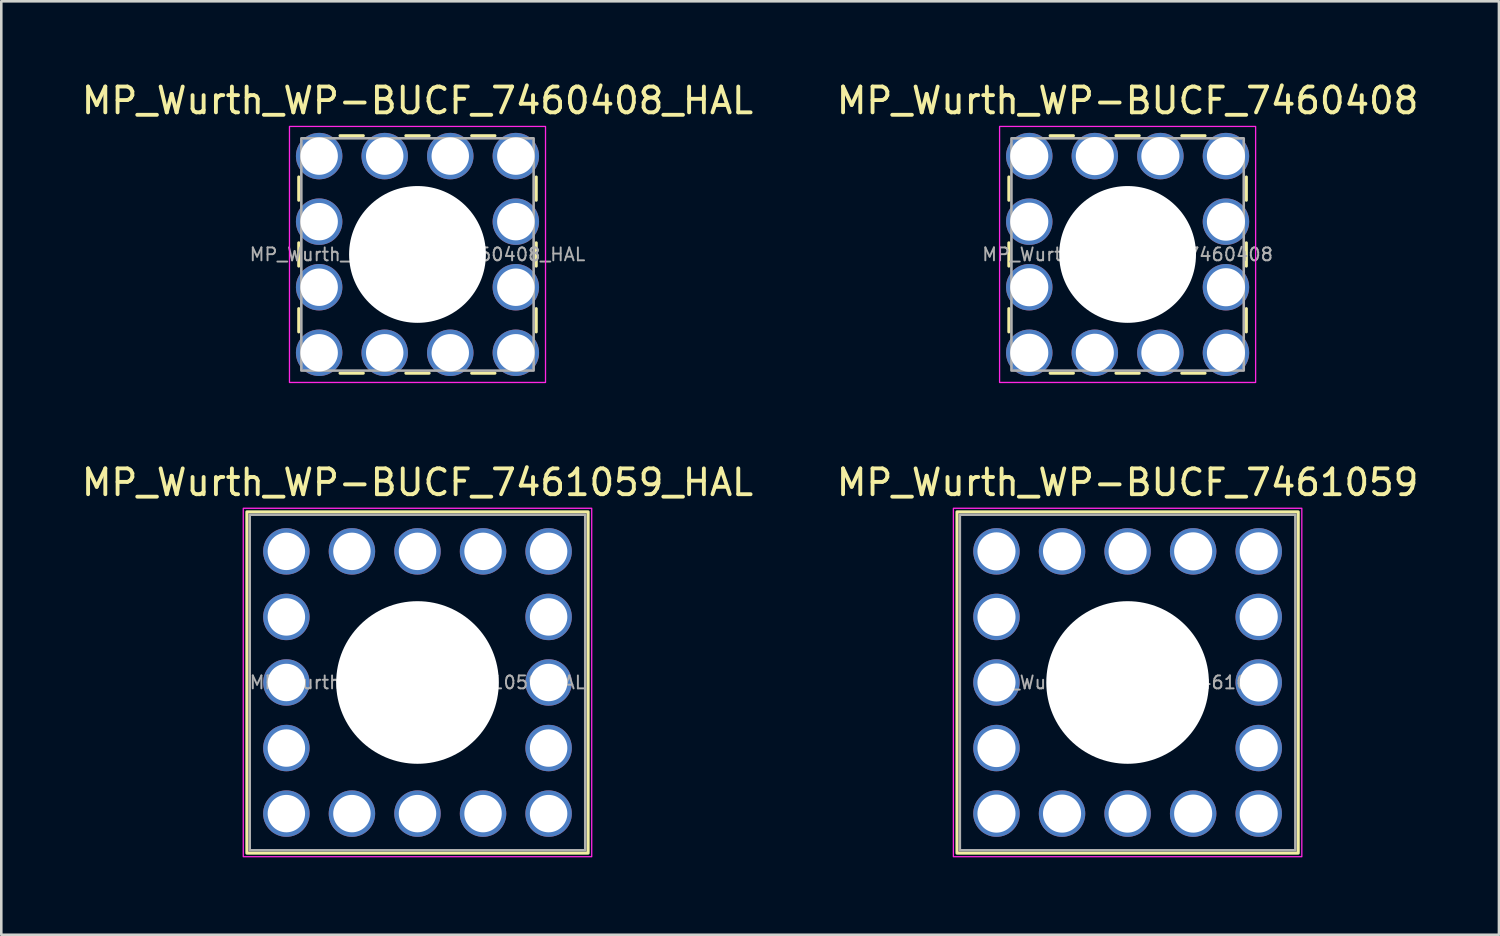
<source format=kicad_pcb>
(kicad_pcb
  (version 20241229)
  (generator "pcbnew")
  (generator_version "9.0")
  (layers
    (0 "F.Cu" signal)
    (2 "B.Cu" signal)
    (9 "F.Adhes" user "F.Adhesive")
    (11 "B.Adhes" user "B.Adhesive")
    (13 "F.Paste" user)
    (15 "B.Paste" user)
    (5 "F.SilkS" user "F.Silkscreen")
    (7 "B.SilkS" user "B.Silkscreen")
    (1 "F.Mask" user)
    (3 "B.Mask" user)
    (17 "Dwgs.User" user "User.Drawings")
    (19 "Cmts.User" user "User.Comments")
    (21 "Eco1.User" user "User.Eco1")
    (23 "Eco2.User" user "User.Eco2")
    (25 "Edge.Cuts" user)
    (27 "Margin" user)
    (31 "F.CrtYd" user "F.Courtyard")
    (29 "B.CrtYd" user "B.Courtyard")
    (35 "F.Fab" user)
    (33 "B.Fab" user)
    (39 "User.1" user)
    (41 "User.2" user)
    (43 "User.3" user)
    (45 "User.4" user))
  (footprint "MP_Wurth_WP-BUCF_7460408"
    (layer "F.Cu")
    (at 40.637 6.808)
    (property "Reference" "MP_Wurth_WP-BUCF_7460408" (at 0 -5.96 0) (unlocked yes) (layer "F.SilkS") (effects (font (size 1 1) (thickness 0.15))))
    (attr through_hole)
    (fp_line (start -4.6 -2.1) (end -4.6 -3) (stroke (width 0.12) (type solid)) (layer "F.SilkS"))
    (fp_line (start -4.6 0.45) (end -4.6 -0.45) (stroke (width 0.12) (type solid)) (layer "F.SilkS"))
    (fp_line (start -4.6 3) (end -4.6 2.1) (stroke (width 0.12) (type solid)) (layer "F.SilkS"))
    (fp_line (start -3 -4.6) (end -2.1 -4.6) (stroke (width 0.12) (type solid)) (layer "F.SilkS"))
    (fp_line (start -2.1 4.6) (end -3 4.6) (stroke (width 0.12) (type solid)) (layer "F.SilkS"))
    (fp_line (start -0.45 -4.6) (end 0.45 -4.6) (stroke (width 0.12) (type solid)) (layer "F.SilkS"))
    (fp_line (start 0.45 4.6) (end -0.45 4.6) (stroke (width 0.12) (type solid)) (layer "F.SilkS"))
    (fp_line (start 2.1 -4.6) (end 3 -4.6) (stroke (width 0.12) (type solid)) (layer "F.SilkS"))
    (fp_line (start 3 4.6) (end 2.1 4.6) (stroke (width 0.12) (type solid)) (layer "F.SilkS"))
    (fp_line (start 4.6 -3) (end 4.6 -2.1) (stroke (width 0.12) (type solid)) (layer "F.SilkS"))
    (fp_line (start 4.6 -0.45) (end 4.6 0.45) (stroke (width 0.12) (type solid)) (layer "F.SilkS"))
    (fp_line (start 4.6 2.1) (end 4.6 3) (stroke (width 0.12) (type solid)) (layer "F.SilkS"))
    (fp_rect (start -4.96 -4.96) (end 4.96 4.96) (stroke (width 0.05) (type solid)) (fill no) (layer "F.CrtYd"))
    (fp_rect (start -4.5 -4.5) (end 4.5 4.5) (stroke (width 0.1) (type solid)) (fill no) (layer "F.Fab"))
    (fp_text user "${REFERENCE}" (at 0 0 0) (unlocked yes) (layer "F.Fab") (effects (font (size 0.5 0.5) (thickness 0.075))))
    (pad "" np_thru_hole circle (at 0 0) (size 5.3 5.3) (drill 5.3) (layers "*.Cu" "*.Mask"))
    (pad "1" thru_hole circle (at -3.81 -3.81) (size 1.8 1.8) (drill 1.475) (layers "*.Cu" "*.Mask"))
    (pad "1" thru_hole circle (at -3.81 -1.27) (size 1.8 1.8) (drill 1.475) (layers "*.Cu" "*.Mask"))
    (pad "1" thru_hole circle (at -3.81 1.27) (size 1.8 1.8) (drill 1.475) (layers "*.Cu" "*.Mask"))
    (pad "1" thru_hole circle (at -3.81 3.81) (size 1.8 1.8) (drill 1.475) (layers "*.Cu" "*.Mask"))
    (pad "1" thru_hole circle (at -1.27 -3.81) (size 1.8 1.8) (drill 1.475) (layers "*.Cu" "*.Mask"))
    (pad "1" thru_hole circle (at -1.27 3.81) (size 1.8 1.8) (drill 1.475) (layers "*.Cu" "*.Mask"))
    (pad "1" thru_hole circle (at 1.27 -3.81) (size 1.8 1.8) (drill 1.475) (layers "*.Cu" "*.Mask"))
    (pad "1" thru_hole circle (at 1.27 3.81) (size 1.8 1.8) (drill 1.475) (layers "*.Cu" "*.Mask"))
    (pad "1" thru_hole circle (at 3.81 -3.81) (size 1.8 1.8) (drill 1.475) (layers "*.Cu" "*.Mask"))
    (pad "1" thru_hole circle (at 3.81 -1.27) (size 1.8 1.8) (drill 1.475) (layers "*.Cu" "*.Mask"))
    (pad "1" thru_hole circle (at 3.81 1.27) (size 1.8 1.8) (drill 1.475) (layers "*.Cu" "*.Mask"))
    (pad "1" thru_hole circle (at 3.81 3.81) (size 1.8 1.8) (drill 1.475) (layers "*.Cu" "*.Mask")))
  (footprint "MP_Wurth_WP-BUCF_7461059"
    (layer "F.Cu")
    (at 40.637 23.392)
    (property "Reference" "MP_Wurth_WP-BUCF_7461059" (at 0 -7.75 0) (unlocked yes) (layer "F.SilkS") (effects (font (size 1 1) (thickness 0.15))))
    (attr through_hole)
    (fp_rect (start -6.61 -6.61) (end 6.61 6.61) (stroke (width 0.12) (type solid)) (fill no) (layer "F.SilkS"))
    (fp_rect (start -6.75 -6.75) (end 6.75 6.75) (stroke (width 0.05) (type solid)) (fill no) (layer "F.CrtYd"))
    (fp_rect (start -6.5 -6.5) (end 6.5 6.5) (stroke (width 0.1) (type solid)) (fill no) (layer "F.Fab"))
    (fp_text user "${REFERENCE}" (at 0 0 0) (unlocked yes) (layer "F.Fab") (effects (font (size 0.5 0.5) (thickness 0.075))))
    (pad "" np_thru_hole circle (at 0 0) (size 6.3 6.3) (drill 6.3) (layers "*.Cu" "*.Mask"))
    (pad "1" thru_hole circle (at -5.08 -5.08) (size 1.8 1.8) (drill 1.475) (layers "*.Cu" "*.Mask"))
    (pad "1" thru_hole circle (at -5.08 -2.54) (size 1.8 1.8) (drill 1.475) (layers "*.Cu" "*.Mask"))
    (pad "1" thru_hole circle (at -5.08 0) (size 1.8 1.8) (drill 1.475) (layers "*.Cu" "*.Mask"))
    (pad "1" thru_hole circle (at -5.08 2.54) (size 1.8 1.8) (drill 1.475) (layers "*.Cu" "*.Mask"))
    (pad "1" thru_hole circle (at -5.08 5.08) (size 1.8 1.8) (drill 1.475) (layers "*.Cu" "*.Mask"))
    (pad "1" thru_hole circle (at -2.54 -5.08) (size 1.8 1.8) (drill 1.475) (layers "*.Cu" "*.Mask"))
    (pad "1" thru_hole circle (at -2.54 5.08) (size 1.8 1.8) (drill 1.475) (layers "*.Cu" "*.Mask"))
    (pad "1" thru_hole circle (at 0 -5.08) (size 1.8 1.8) (drill 1.475) (layers "*.Cu" "*.Mask"))
    (pad "1" thru_hole circle (at 0 5.08) (size 1.8 1.8) (drill 1.475) (layers "*.Cu" "*.Mask"))
    (pad "1" thru_hole circle (at 2.54 -5.08) (size 1.8 1.8) (drill 1.475) (layers "*.Cu" "*.Mask"))
    (pad "1" thru_hole circle (at 2.54 5.08) (size 1.8 1.8) (drill 1.475) (layers "*.Cu" "*.Mask"))
    (pad "1" thru_hole circle (at 5.08 -5.08) (size 1.8 1.8) (drill 1.475) (layers "*.Cu" "*.Mask"))
    (pad "1" thru_hole circle (at 5.08 -2.54) (size 1.8 1.8) (drill 1.475) (layers "*.Cu" "*.Mask"))
    (pad "1" thru_hole circle (at 5.08 0) (size 1.8 1.8) (drill 1.475) (layers "*.Cu" "*.Mask"))
    (pad "1" thru_hole circle (at 5.08 2.54) (size 1.8 1.8) (drill 1.475) (layers "*.Cu" "*.Mask"))
    (pad "1" thru_hole circle (at 5.08 5.08) (size 1.8 1.8) (drill 1.475) (layers "*.Cu" "*.Mask")))
  (footprint "MP_Wurth_WP-BUCF_7460408_HAL"
    (layer "F.Cu")
    (at 13.125 6.808)
    (property "Reference" "MP_Wurth_WP-BUCF_7460408_HAL" (at 0 -5.96 0) (unlocked yes) (layer "F.SilkS") (effects (font (size 1 1) (thickness 0.15))))
    (attr through_hole)
    (fp_line (start -4.6 -2.1) (end -4.6 -3) (stroke (width 0.12) (type solid)) (layer "F.SilkS"))
    (fp_line (start -4.6 0.45) (end -4.6 -0.45) (stroke (width 0.12) (type solid)) (layer "F.SilkS"))
    (fp_line (start -4.6 3) (end -4.6 2.1) (stroke (width 0.12) (type solid)) (layer "F.SilkS"))
    (fp_line (start -3 -4.6) (end -2.1 -4.6) (stroke (width 0.12) (type solid)) (layer "F.SilkS"))
    (fp_line (start -2.1 4.6) (end -3 4.6) (stroke (width 0.12) (type solid)) (layer "F.SilkS"))
    (fp_line (start -0.45 -4.6) (end 0.45 -4.6) (stroke (width 0.12) (type solid)) (layer "F.SilkS"))
    (fp_line (start 0.45 4.6) (end -0.45 4.6) (stroke (width 0.12) (type solid)) (layer "F.SilkS"))
    (fp_line (start 2.1 -4.6) (end 3 -4.6) (stroke (width 0.12) (type solid)) (layer "F.SilkS"))
    (fp_line (start 3 4.6) (end 2.1 4.6) (stroke (width 0.12) (type solid)) (layer "F.SilkS"))
    (fp_line (start 4.6 -3) (end 4.6 -2.1) (stroke (width 0.12) (type solid)) (layer "F.SilkS"))
    (fp_line (start 4.6 -0.45) (end 4.6 0.45) (stroke (width 0.12) (type solid)) (layer "F.SilkS"))
    (fp_line (start 4.6 2.1) (end 4.6 3) (stroke (width 0.12) (type solid)) (layer "F.SilkS"))
    (fp_rect (start -4.96 -4.96) (end 4.96 4.96) (stroke (width 0.05) (type solid)) (fill no) (layer "F.CrtYd"))
    (fp_rect (start -4.5 -4.5) (end 4.5 4.5) (stroke (width 0.1) (type solid)) (fill no) (layer "F.Fab"))
    (fp_text user "${REFERENCE}" (at 0 0 0) (unlocked yes) (layer "F.Fab") (effects (font (size 0.5 0.5) (thickness 0.075))))
    (pad "" np_thru_hole circle (at 0 0) (size 5.3 5.3) (drill 5.3) (layers "*.Cu" "*.Mask"))
    (pad "1" thru_hole circle (at -3.81 -3.81) (size 1.8 1.8) (drill 1.45) (layers "*.Cu" "*.Mask"))
    (pad "1" thru_hole circle (at -3.81 -1.27) (size 1.8 1.8) (drill 1.45) (layers "*.Cu" "*.Mask"))
    (pad "1" thru_hole circle (at -3.81 1.27) (size 1.8 1.8) (drill 1.45) (layers "*.Cu" "*.Mask"))
    (pad "1" thru_hole circle (at -3.81 3.81) (size 1.8 1.8) (drill 1.45) (layers "*.Cu" "*.Mask"))
    (pad "1" thru_hole circle (at -1.27 -3.81) (size 1.8 1.8) (drill 1.45) (layers "*.Cu" "*.Mask"))
    (pad "1" thru_hole circle (at -1.27 3.81) (size 1.8 1.8) (drill 1.45) (layers "*.Cu" "*.Mask"))
    (pad "1" thru_hole circle (at 1.27 -3.81) (size 1.8 1.8) (drill 1.45) (layers "*.Cu" "*.Mask"))
    (pad "1" thru_hole circle (at 1.27 3.81) (size 1.8 1.8) (drill 1.45) (layers "*.Cu" "*.Mask"))
    (pad "1" thru_hole circle (at 3.81 -3.81) (size 1.8 1.8) (drill 1.45) (layers "*.Cu" "*.Mask"))
    (pad "1" thru_hole circle (at 3.81 -1.27) (size 1.8 1.8) (drill 1.45) (layers "*.Cu" "*.Mask"))
    (pad "1" thru_hole circle (at 3.81 1.27) (size 1.8 1.8) (drill 1.45) (layers "*.Cu" "*.Mask"))
    (pad "1" thru_hole circle (at 3.81 3.81) (size 1.8 1.8) (drill 1.45) (layers "*.Cu" "*.Mask")))
  (footprint "MP_Wurth_WP-BUCF_7461059_HAL"
    (layer "F.Cu")
    (at 13.125 23.392)
    (property "Reference" "MP_Wurth_WP-BUCF_7461059_HAL" (at 0 -7.75 0) (unlocked yes) (layer "F.SilkS") (effects (font (size 1 1) (thickness 0.15))))
    (attr through_hole)
    (fp_rect (start -6.61 -6.61) (end 6.61 6.61) (stroke (width 0.12) (type solid)) (fill no) (layer "F.SilkS"))
    (fp_rect (start -6.75 -6.75) (end 6.75 6.75) (stroke (width 0.05) (type solid)) (fill no) (layer "F.CrtYd"))
    (fp_rect (start -6.5 -6.5) (end 6.5 6.5) (stroke (width 0.1) (type solid)) (fill no) (layer "F.Fab"))
    (fp_text user "${REFERENCE}" (at 0 0 0) (unlocked yes) (layer "F.Fab") (effects (font (size 0.5 0.5) (thickness 0.075))))
    (pad "" np_thru_hole circle (at 0 0) (size 6.3 6.3) (drill 6.3) (layers "*.Cu" "*.Mask"))
    (pad "1" thru_hole circle (at -5.08 -5.08) (size 1.8 1.8) (drill 1.45) (layers "*.Cu" "*.Mask"))
    (pad "1" thru_hole circle (at -5.08 -2.54) (size 1.8 1.8) (drill 1.45) (layers "*.Cu" "*.Mask"))
    (pad "1" thru_hole circle (at -5.08 0) (size 1.8 1.8) (drill 1.45) (layers "*.Cu" "*.Mask"))
    (pad "1" thru_hole circle (at -5.08 2.54) (size 1.8 1.8) (drill 1.45) (layers "*.Cu" "*.Mask"))
    (pad "1" thru_hole circle (at -5.08 5.08) (size 1.8 1.8) (drill 1.45) (layers "*.Cu" "*.Mask"))
    (pad "1" thru_hole circle (at -2.54 -5.08) (size 1.8 1.8) (drill 1.45) (layers "*.Cu" "*.Mask"))
    (pad "1" thru_hole circle (at -2.54 5.08) (size 1.8 1.8) (drill 1.45) (layers "*.Cu" "*.Mask"))
    (pad "1" thru_hole circle (at 0 -5.08) (size 1.8 1.8) (drill 1.45) (layers "*.Cu" "*.Mask"))
    (pad "1" thru_hole circle (at 0 5.08) (size 1.8 1.8) (drill 1.45) (layers "*.Cu" "*.Mask"))
    (pad "1" thru_hole circle (at 2.54 -5.08) (size 1.8 1.8) (drill 1.45) (layers "*.Cu" "*.Mask"))
    (pad "1" thru_hole circle (at 2.54 5.08) (size 1.8 1.8) (drill 1.45) (layers "*.Cu" "*.Mask"))
    (pad "1" thru_hole circle (at 5.08 -5.08) (size 1.8 1.8) (drill 1.45) (layers "*.Cu" "*.Mask"))
    (pad "1" thru_hole circle (at 5.08 -2.54) (size 1.8 1.8) (drill 1.45) (layers "*.Cu" "*.Mask"))
    (pad "1" thru_hole circle (at 5.08 0) (size 1.8 1.8) (drill 1.45) (layers "*.Cu" "*.Mask"))
    (pad "1" thru_hole circle (at 5.08 2.54) (size 1.8 1.8) (drill 1.45) (layers "*.Cu" "*.Mask"))
    (pad "1" thru_hole circle (at 5.08 5.08) (size 1.8 1.8) (drill 1.45) (layers "*.Cu" "*.Mask")))
  (gr_rect
    (start -3 -3)
    (end 55.024 33.166)
    (stroke (width 0.1) (type default))
    (fill no)
    (layer "Edge.Cuts")))
</source>
